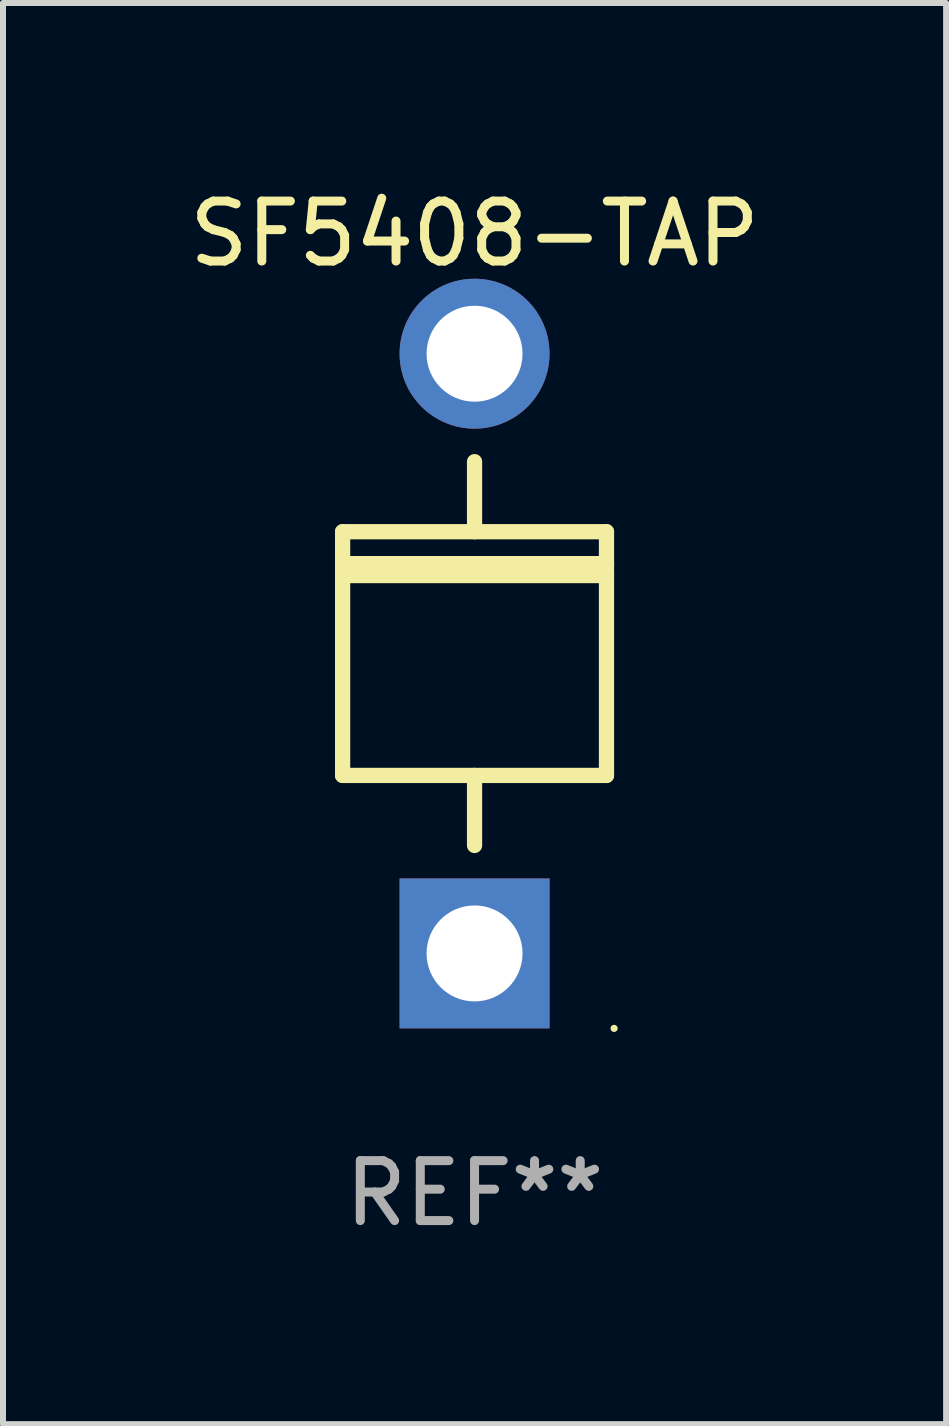
<source format=kicad_pcb>
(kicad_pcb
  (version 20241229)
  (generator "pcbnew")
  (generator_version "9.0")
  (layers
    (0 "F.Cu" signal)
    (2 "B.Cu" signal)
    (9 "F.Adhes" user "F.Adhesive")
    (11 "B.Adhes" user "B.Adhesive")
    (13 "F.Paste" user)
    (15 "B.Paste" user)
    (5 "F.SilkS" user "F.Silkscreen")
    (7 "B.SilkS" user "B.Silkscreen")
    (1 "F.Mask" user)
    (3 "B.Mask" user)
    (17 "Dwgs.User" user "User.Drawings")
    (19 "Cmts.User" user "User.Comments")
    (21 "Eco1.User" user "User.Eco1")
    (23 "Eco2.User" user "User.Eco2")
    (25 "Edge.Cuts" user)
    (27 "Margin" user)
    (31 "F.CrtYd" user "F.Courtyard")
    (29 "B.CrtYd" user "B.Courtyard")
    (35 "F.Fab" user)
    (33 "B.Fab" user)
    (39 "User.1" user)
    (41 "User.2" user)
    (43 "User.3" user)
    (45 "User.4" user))
  (footprint "SF5408-TAP"
    (layer "F.Cu")
    (at 4.863 7.848)
    (property "Reference" "SF5408-TAP" (at 0 -7 0) (layer "F.SilkS") (effects (font (size 1 1) (thickness 0.15))))
    (attr through_hole)
    (fp_line (start -2.2 -2.032) (end 2.2 -2.032) (stroke (width 0.254) (type solid)) (layer "F.SilkS"))
    (fp_line (start -2.2 -1.5) (end 2.2 -1.5) (stroke (width 0.254) (type solid)) (layer "F.SilkS"))
    (fp_line (start -2.2 -1.3) (end 2.2 -1.3) (stroke (width 0.254) (type solid)) (layer "F.SilkS"))
    (fp_line (start -2.2 2.032) (end -2.2 -2.032) (stroke (width 0.254) (type solid)) (layer "F.SilkS"))
    (fp_line (start 0 -2.032) (end 0 -3.2) (stroke (width 0.254) (type solid)) (layer "F.SilkS"))
    (fp_line (start 0 3.2) (end 0 2.032) (stroke (width 0.254) (type solid)) (layer "F.SilkS"))
    (fp_line (start 2.2 -2.032) (end 2.2 2.032) (stroke (width 0.254) (type solid)) (layer "F.SilkS"))
    (fp_line (start 2.2 2.032) (end -2.2 2.032) (stroke (width 0.254) (type solid)) (layer "F.SilkS"))
    (fp_circle (center 2.327 6.25) (end 2.357 6.25) (stroke (width 0.06) (type solid)) (fill no) (layer "F.SilkS"))
    (fp_text user "REF**" (at 0 9 0) (layer "F.Fab") (effects (font (size 1 1) (thickness 0.15))))
    (pad "1" thru_hole rect (at 0 5 90) (size 2.5 2.5) (drill 1.6) (layers "*.Cu" "*.Mask"))
    (pad "2" thru_hole circle (at 0 -5) (size 2.5 2.5) (drill 1.6) (layers "*.Cu" "*.Mask")))
  (gr_rect
    (start -3 -3)
    (end 12.726 20.697)
    (stroke (width 0.1) (type default))
    (fill no)
    (layer "Edge.Cuts")))
</source>
